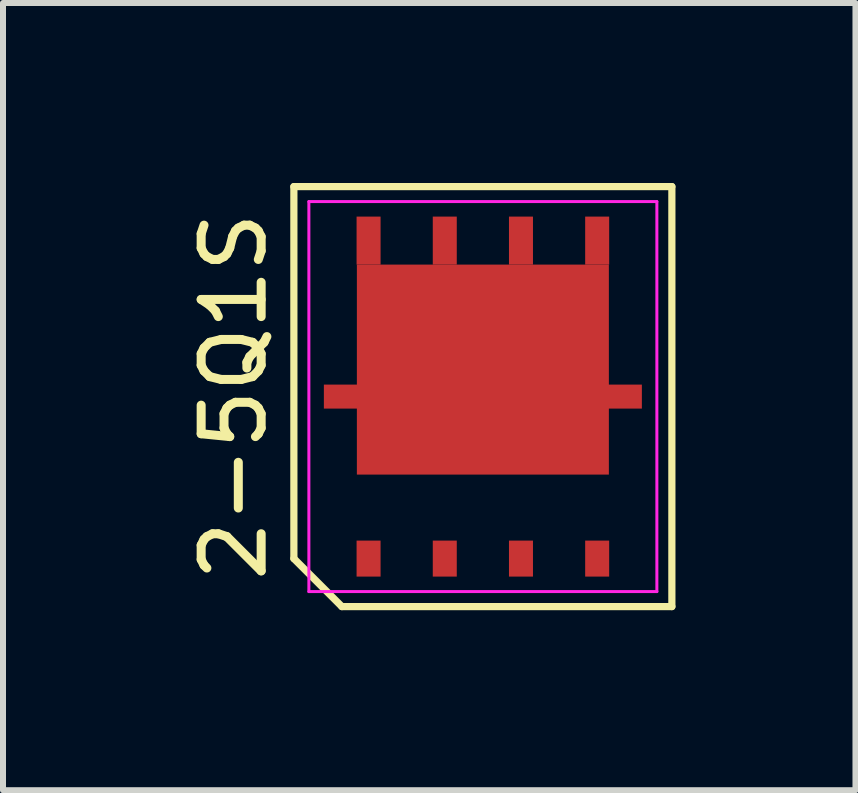
<source format=kicad_pcb>
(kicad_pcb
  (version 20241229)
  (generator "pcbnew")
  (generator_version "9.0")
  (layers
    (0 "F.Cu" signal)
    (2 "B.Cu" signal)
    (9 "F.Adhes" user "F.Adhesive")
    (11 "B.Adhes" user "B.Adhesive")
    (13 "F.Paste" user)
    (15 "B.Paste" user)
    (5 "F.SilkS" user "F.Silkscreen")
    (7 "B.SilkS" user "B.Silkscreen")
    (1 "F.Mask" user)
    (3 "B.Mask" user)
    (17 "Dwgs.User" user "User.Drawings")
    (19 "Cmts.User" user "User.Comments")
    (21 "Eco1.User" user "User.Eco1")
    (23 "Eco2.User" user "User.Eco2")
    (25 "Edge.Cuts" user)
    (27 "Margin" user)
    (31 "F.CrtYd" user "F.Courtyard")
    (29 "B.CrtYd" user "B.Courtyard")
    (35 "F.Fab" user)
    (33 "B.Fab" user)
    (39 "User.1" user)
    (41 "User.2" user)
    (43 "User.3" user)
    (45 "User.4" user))
  (footprint "2-5Q1S"
    (layer "F.Cu")
    (at 4.998 3.56)
    (property "Reference" "2-5Q1S" (at -4.15 0 90) (layer "F.SilkS") (effects (font (size 1 1) (thickness 0.15))))
    (attr smd)
    (fp_line (start -3.15 -3.5) (end 3.15 -3.5) (stroke (width 0.12) (type default)) (layer "F.SilkS"))
    (fp_line (start -3.15 2.7) (end -3.15 -3.5) (stroke (width 0.12) (type default)) (layer "F.SilkS"))
    (fp_line (start -2.35 3.5) (end -3.15 2.7) (stroke (width 0.12) (type default)) (layer "F.SilkS"))
    (fp_line (start 3.15 -3.5) (end 3.15 3.5) (stroke (width 0.12) (type default)) (layer "F.SilkS"))
    (fp_line (start 3.15 3.5) (end -2.35 3.5) (stroke (width 0.12) (type default)) (layer "F.SilkS"))
    (fp_line (start -2.9 -3.25) (end 2.9 -3.25) (stroke (width 0.05) (type default)) (layer "F.CrtYd"))
    (fp_line (start -2.9 3.25) (end -2.9 -3.25) (stroke (width 0.05) (type default)) (layer "F.CrtYd"))
    (fp_line (start 2.9 -3.25) (end 2.9 3.25) (stroke (width 0.05) (type default)) (layer "F.CrtYd"))
    (fp_line (start 2.9 3.25) (end -2.9 3.25) (stroke (width 0.05) (type default)) (layer "F.CrtYd"))
    (pad "1" smd rect (at -1.905 2.7) (size 0.4 0.6) (layers "F.Cu" "F.Mask" "F.Paste"))
    (pad "1" smd rect (at -0.635 2.7) (size 0.4 0.6) (layers "F.Cu" "F.Mask" "F.Paste"))
    (pad "1" smd rect (at 0.635 2.7) (size 0.4 0.6) (layers "F.Cu" "F.Mask" "F.Paste"))
    (pad "2" smd rect (at 1.905 2.7) (size 0.4 0.6) (layers "F.Cu" "F.Mask" "F.Paste"))
    (pad "3" smd rect (at -1.905 -2.6) (size 0.4 0.8) (layers "F.Cu" "F.Mask" "F.Paste"))
    (pad "3" smd rect (at -0.635 -2.6) (size 0.4 0.8) (layers "F.Cu" "F.Mask" "F.Paste"))
    (pad "3" smd rect (at 0 -0.45) (size 4.2 3.5) (layers "F.Cu" "F.Mask" "F.Paste"))
    (pad "3" smd rect (at 0 0) (size 5.3 0.4) (layers "F.Cu" "F.Mask" "F.Paste"))
    (pad "3" smd rect (at 0.635 -2.6) (size 0.4 0.8) (layers "F.Cu" "F.Mask" "F.Paste"))
    (pad "3" smd rect (at 1.905 -2.6) (size 0.4 0.8) (layers "F.Cu" "F.Mask" "F.Paste")))
  (gr_rect
    (start -3 -3)
    (end 11.208 10.12)
    (stroke (width 0.1) (type default))
    (fill no)
    (layer "Edge.Cuts")))
</source>
